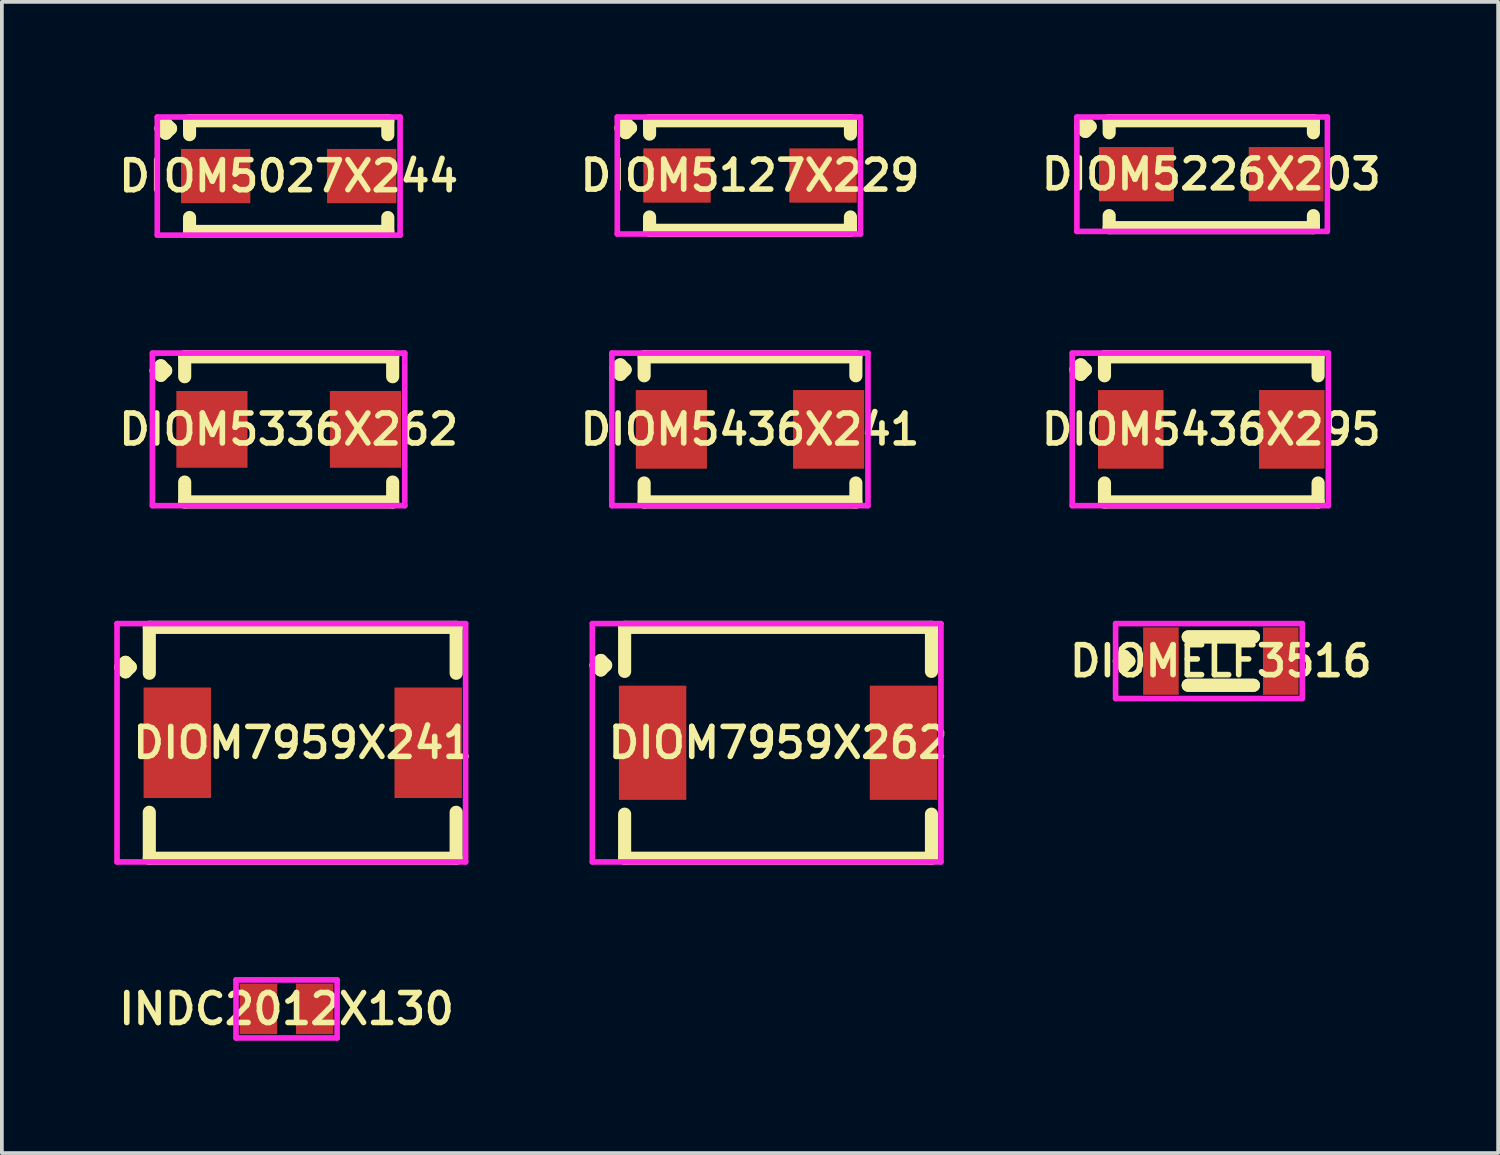
<source format=kicad_pcb>
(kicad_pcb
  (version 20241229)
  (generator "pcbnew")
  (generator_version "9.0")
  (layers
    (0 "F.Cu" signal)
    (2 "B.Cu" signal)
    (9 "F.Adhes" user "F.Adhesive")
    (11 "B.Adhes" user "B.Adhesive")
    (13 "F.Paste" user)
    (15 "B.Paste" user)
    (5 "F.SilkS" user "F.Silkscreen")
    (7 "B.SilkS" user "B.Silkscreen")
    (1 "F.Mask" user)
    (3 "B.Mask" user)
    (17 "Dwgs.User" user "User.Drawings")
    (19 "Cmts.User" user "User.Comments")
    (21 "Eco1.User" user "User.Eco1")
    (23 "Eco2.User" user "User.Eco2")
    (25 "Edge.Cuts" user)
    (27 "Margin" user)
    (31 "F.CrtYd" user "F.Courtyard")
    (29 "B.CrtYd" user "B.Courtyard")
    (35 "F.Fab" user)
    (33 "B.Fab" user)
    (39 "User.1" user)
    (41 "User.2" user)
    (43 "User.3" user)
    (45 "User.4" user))
  (footprint "DIOM5436X295"
    (layer "F.Cu")
    (at 29.296 8.416)
    (property "Reference" "DIOM5436X295" (at 0 0 0) (layer "F.SilkS") (effects (font (size 0.8 0.8) (thickness 0.15))))
    (attr smd)
    (fp_line (start -3.614 -1.596) (end -3.487 -1.723) (stroke (width 0.35) (type solid)) (layer "F.SilkS"))
    (fp_line (start -3.487 -1.723) (end -3.36 -1.596) (stroke (width 0.35) (type solid)) (layer "F.SilkS"))
    (fp_line (start -3.487 -1.469) (end -3.614 -1.596) (stroke (width 0.35) (type solid)) (layer "F.SilkS"))
    (fp_line (start -3.36 -1.596) (end -3.487 -1.469) (stroke (width 0.35) (type solid)) (layer "F.SilkS"))
    (fp_line (start -2.852 -1.937) (end 2.852 -1.937) (stroke (width 0.35) (type solid)) (layer "F.SilkS"))
    (fp_line (start -2.852 -1.431) (end -2.852 -1.937) (stroke (width 0.35) (type solid)) (layer "F.SilkS"))
    (fp_line (start -2.852 1.431) (end -2.852 1.937) (stroke (width 0.35) (type solid)) (layer "F.SilkS"))
    (fp_line (start -2.852 1.937) (end 2.852 1.937) (stroke (width 0.35) (type solid)) (layer "F.SilkS"))
    (fp_line (start 2.852 -1.937) (end 2.852 -1.431) (stroke (width 0.35) (type solid)) (layer "F.SilkS"))
    (fp_line (start 2.852 1.937) (end 2.852 1.431) (stroke (width 0.35) (type solid)) (layer "F.SilkS"))
    (fp_line (start -3.714 -2.037) (end 3.125 -2.037) (stroke (width 0.15) (type solid)) (layer "F.CrtYd"))
    (fp_line (start -3.714 2.037) (end -3.714 -2.037) (stroke (width 0.15) (type solid)) (layer "F.CrtYd"))
    (fp_line (start 3.125 -2.037) (end 3.125 2.037) (stroke (width 0.15) (type solid)) (layer "F.CrtYd"))
    (fp_line (start 3.125 2.037) (end -3.714 2.037) (stroke (width 0.15) (type solid)) (layer "F.CrtYd"))
    (pad "1" smd rect (at -2.15 0) (size 1.75 2.1) (layers "F.Cu" "F.Mask" "F.Paste"))
    (pad "2" smd rect (at 2.15 0) (size 1.75 2.1) (layers "F.Cu" "F.Mask" "F.Paste")))
  (footprint "DIOM5336X262"
    (layer "F.Cu")
    (at 4.659 8.416)
    (property "Reference" "DIOM5336X262" (at 0 0 0) (layer "F.SilkS") (effects (font (size 0.8 0.8) (thickness 0.15))))
    (attr smd)
    (fp_line (start -3.539 -1.571) (end -3.412 -1.698) (stroke (width 0.35) (type solid)) (layer "F.SilkS"))
    (fp_line (start -3.412 -1.698) (end -3.285 -1.571) (stroke (width 0.35) (type solid)) (layer "F.SilkS"))
    (fp_line (start -3.412 -1.444) (end -3.539 -1.571) (stroke (width 0.35) (type solid)) (layer "F.SilkS"))
    (fp_line (start -3.285 -1.571) (end -3.412 -1.444) (stroke (width 0.35) (type solid)) (layer "F.SilkS"))
    (fp_line (start -2.777 -1.937) (end 2.777 -1.937) (stroke (width 0.35) (type solid)) (layer "F.SilkS"))
    (fp_line (start -2.777 -1.406) (end -2.777 -1.937) (stroke (width 0.35) (type solid)) (layer "F.SilkS"))
    (fp_line (start -2.777 1.406) (end -2.777 1.937) (stroke (width 0.35) (type solid)) (layer "F.SilkS"))
    (fp_line (start -2.777 1.937) (end 2.777 1.937) (stroke (width 0.35) (type solid)) (layer "F.SilkS"))
    (fp_line (start 2.777 -1.937) (end 2.777 -1.406) (stroke (width 0.35) (type solid)) (layer "F.SilkS"))
    (fp_line (start 2.777 1.937) (end 2.777 1.406) (stroke (width 0.35) (type solid)) (layer "F.SilkS"))
    (fp_line (start -3.639 -2.037) (end 3.1 -2.037) (stroke (width 0.15) (type solid)) (layer "F.CrtYd"))
    (fp_line (start -3.639 2.037) (end -3.639 -2.037) (stroke (width 0.15) (type solid)) (layer "F.CrtYd"))
    (fp_line (start 3.1 -2.037) (end 3.1 2.037) (stroke (width 0.15) (type solid)) (layer "F.CrtYd"))
    (fp_line (start 3.1 2.037) (end -3.639 2.037) (stroke (width 0.15) (type solid)) (layer "F.CrtYd"))
    (pad "1" smd rect (at -2.05 0) (size 1.9 2.05) (layers "F.Cu" "F.Mask" "F.Paste"))
    (pad "2" smd rect (at 2.05 0) (size 1.9 2.05) (layers "F.Cu" "F.Mask" "F.Paste")))
  (footprint "DIOM5127X229"
    (layer "F.Cu")
    (at 16.978 1.637)
    (property "Reference" "DIOM5127X229" (at 0 0 0) (layer "F.SilkS") (effects (font (size 0.8 0.8) (thickness 0.15))))
    (attr smd)
    (fp_line (start -3.444 -1.271) (end -3.317 -1.398) (stroke (width 0.35) (type solid)) (layer "F.SilkS"))
    (fp_line (start -3.317 -1.398) (end -3.19 -1.271) (stroke (width 0.35) (type solid)) (layer "F.SilkS"))
    (fp_line (start -3.317 -1.144) (end -3.444 -1.271) (stroke (width 0.35) (type solid)) (layer "F.SilkS"))
    (fp_line (start -3.19 -1.271) (end -3.317 -1.144) (stroke (width 0.35) (type solid)) (layer "F.SilkS"))
    (fp_line (start -2.682 -1.462) (end 2.682 -1.462) (stroke (width 0.35) (type solid)) (layer "F.SilkS"))
    (fp_line (start -2.682 -1.106) (end -2.682 -1.462) (stroke (width 0.35) (type solid)) (layer "F.SilkS"))
    (fp_line (start -2.682 1.106) (end -2.682 1.462) (stroke (width 0.35) (type solid)) (layer "F.SilkS"))
    (fp_line (start -2.682 1.462) (end 2.682 1.462) (stroke (width 0.35) (type solid)) (layer "F.SilkS"))
    (fp_line (start 2.682 -1.462) (end 2.682 -1.106) (stroke (width 0.35) (type solid)) (layer "F.SilkS"))
    (fp_line (start 2.682 1.462) (end 2.682 1.106) (stroke (width 0.35) (type solid)) (layer "F.SilkS"))
    (fp_line (start -3.544 -1.562) (end 2.95 -1.562) (stroke (width 0.15) (type solid)) (layer "F.CrtYd"))
    (fp_line (start -3.544 1.562) (end -3.544 -1.562) (stroke (width 0.15) (type solid)) (layer "F.CrtYd"))
    (fp_line (start 2.95 -1.562) (end 2.95 1.562) (stroke (width 0.15) (type solid)) (layer "F.CrtYd"))
    (fp_line (start 2.95 1.562) (end -3.544 1.562) (stroke (width 0.15) (type solid)) (layer "F.CrtYd"))
    (pad "1" smd rect (at -1.95 0) (size 1.8 1.45) (layers "F.Cu" "F.Mask" "F.Paste"))
    (pad "2" smd rect (at 1.95 0) (size 1.8 1.45) (layers "F.Cu" "F.Mask" "F.Paste")))
  (footprint "DIOM5027X244"
    (layer "F.Cu")
    (at 4.659 1.652)
    (property "Reference" "DIOM5027X244" (at 0 0 0) (layer "F.SilkS") (effects (font (size 0.8 0.8) (thickness 0.15))))
    (attr smd)
    (fp_line (start -3.409 -1.271) (end -3.282 -1.398) (stroke (width 0.35) (type solid)) (layer "F.SilkS"))
    (fp_line (start -3.282 -1.398) (end -3.155 -1.271) (stroke (width 0.35) (type solid)) (layer "F.SilkS"))
    (fp_line (start -3.282 -1.144) (end -3.409 -1.271) (stroke (width 0.35) (type solid)) (layer "F.SilkS"))
    (fp_line (start -3.155 -1.271) (end -3.282 -1.144) (stroke (width 0.35) (type solid)) (layer "F.SilkS"))
    (fp_line (start -2.647 -1.477) (end 2.647 -1.477) (stroke (width 0.35) (type solid)) (layer "F.SilkS"))
    (fp_line (start -2.647 -1.106) (end -2.647 -1.477) (stroke (width 0.35) (type solid)) (layer "F.SilkS"))
    (fp_line (start -2.647 1.106) (end -2.647 1.477) (stroke (width 0.35) (type solid)) (layer "F.SilkS"))
    (fp_line (start -2.647 1.477) (end 2.647 1.477) (stroke (width 0.35) (type solid)) (layer "F.SilkS"))
    (fp_line (start 2.647 -1.477) (end 2.647 -1.106) (stroke (width 0.35) (type solid)) (layer "F.SilkS"))
    (fp_line (start 2.647 1.477) (end 2.647 1.106) (stroke (width 0.35) (type solid)) (layer "F.SilkS"))
    (fp_line (start -3.509 -1.577) (end 2.975 -1.577) (stroke (width 0.15) (type solid)) (layer "F.CrtYd"))
    (fp_line (start -3.509 1.577) (end -3.509 -1.577) (stroke (width 0.15) (type solid)) (layer "F.CrtYd"))
    (fp_line (start 2.975 -1.577) (end 2.975 1.577) (stroke (width 0.15) (type solid)) (layer "F.CrtYd"))
    (fp_line (start 2.975 1.577) (end -3.509 1.577) (stroke (width 0.15) (type solid)) (layer "F.CrtYd"))
    (pad "1" smd rect (at -1.95 0) (size 1.85 1.45) (layers "F.Cu" "F.Mask" "F.Paste"))
    (pad "2" smd rect (at 1.95 0) (size 1.85 1.45) (layers "F.Cu" "F.Mask" "F.Paste")))
  (footprint "DIOMELF3516"
    (layer "F.Cu")
    (at 29.551 14.603)
    (property "Reference" "DIOMELF3516" (at 0 0 0) (layer "F.SilkS") (effects (font (size 0.8 0.8) (thickness 0.15))))
    (attr smd)
    (fp_line (start -2.71 0) (end -2.583 -0.127) (stroke (width 0.35) (type solid)) (layer "F.SilkS"))
    (fp_line (start -2.583 -0.127) (end -2.456 0) (stroke (width 0.35) (type solid)) (layer "F.SilkS"))
    (fp_line (start -2.583 0.127) (end -2.71 0) (stroke (width 0.35) (type solid)) (layer "F.SilkS"))
    (fp_line (start -2.456 0) (end -2.583 0.127) (stroke (width 0.35) (type solid)) (layer "F.SilkS"))
    (fp_line (start -0.871 -0.646) (end 0.871 -0.646) (stroke (width 0.35) (type solid)) (layer "F.SilkS"))
    (fp_line (start -0.871 0.646) (end 0.871 0.646) (stroke (width 0.35) (type solid)) (layer "F.SilkS"))
    (fp_line (start 0.871 -0.646) (end -0.871 -0.646) (stroke (width 0.35) (type solid)) (layer "F.SilkS"))
    (fp_line (start 0.871 0.646) (end -0.871 0.646) (stroke (width 0.35) (type solid)) (layer "F.SilkS"))
    (fp_line (start -2.81 -1) (end 2.175 -1) (stroke (width 0.15) (type solid)) (layer "F.CrtYd"))
    (fp_line (start -2.81 1) (end -2.81 -1) (stroke (width 0.15) (type solid)) (layer "F.CrtYd"))
    (fp_line (start 2.175 -1) (end 2.175 1) (stroke (width 0.15) (type solid)) (layer "F.CrtYd"))
    (fp_line (start 2.175 1) (end -2.81 1) (stroke (width 0.15) (type solid)) (layer "F.CrtYd"))
    (pad "1" smd rect (at -1.6 0) (size 0.95 1.8) (layers "F.Cu" "F.Mask" "F.Paste"))
    (pad "2" smd rect (at 1.6 0) (size 0.95 1.8) (layers "F.Cu" "F.Mask" "F.Paste")))
  (footprint "DIOM7959X262"
    (layer "F.Cu")
    (at 17.727 16.785)
    (property "Reference" "DIOM7959X262" (at 0 0 0) (layer "F.SilkS") (effects (font (size 0.8 0.8) (thickness 0.15))))
    (attr smd)
    (fp_line (start -4.859 -2.071) (end -4.732 -2.198) (stroke (width 0.35) (type solid)) (layer "F.SilkS"))
    (fp_line (start -4.732 -2.198) (end -4.605 -2.071) (stroke (width 0.35) (type solid)) (layer "F.SilkS"))
    (fp_line (start -4.732 -1.944) (end -4.859 -2.071) (stroke (width 0.35) (type solid)) (layer "F.SilkS"))
    (fp_line (start -4.605 -2.071) (end -4.732 -1.944) (stroke (width 0.35) (type solid)) (layer "F.SilkS"))
    (fp_line (start -4.097 -3.082) (end 4.097 -3.082) (stroke (width 0.35) (type solid)) (layer "F.SilkS"))
    (fp_line (start -4.097 -1.906) (end -4.097 -3.082) (stroke (width 0.35) (type solid)) (layer "F.SilkS"))
    (fp_line (start -4.097 1.906) (end -4.097 3.082) (stroke (width 0.35) (type solid)) (layer "F.SilkS"))
    (fp_line (start -4.097 3.082) (end 4.097 3.082) (stroke (width 0.35) (type solid)) (layer "F.SilkS"))
    (fp_line (start 4.097 -3.082) (end 4.097 -1.906) (stroke (width 0.35) (type solid)) (layer "F.SilkS"))
    (fp_line (start 4.097 3.082) (end 4.097 1.906) (stroke (width 0.35) (type solid)) (layer "F.SilkS"))
    (fp_line (start -4.959 -3.182) (end 4.35 -3.182) (stroke (width 0.15) (type solid)) (layer "F.CrtYd"))
    (fp_line (start -4.959 3.182) (end -4.959 -3.182) (stroke (width 0.15) (type solid)) (layer "F.CrtYd"))
    (fp_line (start 4.35 -3.182) (end 4.35 3.182) (stroke (width 0.15) (type solid)) (layer "F.CrtYd"))
    (fp_line (start 4.35 3.182) (end -4.959 3.182) (stroke (width 0.15) (type solid)) (layer "F.CrtYd"))
    (pad "1" smd rect (at -3.35 0) (size 1.8 3.05) (layers "F.Cu" "F.Mask" "F.Paste"))
    (pad "2" smd rect (at 3.35 0) (size 1.8 3.05) (layers "F.Cu" "F.Mask" "F.Paste")))
  (footprint "DIOM5226X203"
    (layer "F.Cu")
    (at 29.296 1.602)
    (property "Reference" "DIOM5226X203" (at 0 0 0) (layer "F.SilkS") (effects (font (size 0.8 0.8) (thickness 0.15))))
    (attr smd)
    (fp_line (start -3.489 -1.271) (end -3.362 -1.398) (stroke (width 0.35) (type solid)) (layer "F.SilkS"))
    (fp_line (start -3.362 -1.398) (end -3.235 -1.271) (stroke (width 0.35) (type solid)) (layer "F.SilkS"))
    (fp_line (start -3.362 -1.144) (end -3.489 -1.271) (stroke (width 0.35) (type solid)) (layer "F.SilkS"))
    (fp_line (start -3.235 -1.271) (end -3.362 -1.144) (stroke (width 0.35) (type solid)) (layer "F.SilkS"))
    (fp_line (start -2.727 -1.427) (end 2.727 -1.427) (stroke (width 0.35) (type solid)) (layer "F.SilkS"))
    (fp_line (start -2.727 -1.106) (end -2.727 -1.427) (stroke (width 0.35) (type solid)) (layer "F.SilkS"))
    (fp_line (start -2.727 1.106) (end -2.727 1.427) (stroke (width 0.35) (type solid)) (layer "F.SilkS"))
    (fp_line (start -2.727 1.427) (end 2.727 1.427) (stroke (width 0.35) (type solid)) (layer "F.SilkS"))
    (fp_line (start 2.727 -1.427) (end 2.727 -1.106) (stroke (width 0.35) (type solid)) (layer "F.SilkS"))
    (fp_line (start 2.727 1.427) (end 2.727 1.106) (stroke (width 0.35) (type solid)) (layer "F.SilkS"))
    (fp_line (start -3.589 -1.527) (end 3.1 -1.527) (stroke (width 0.15) (type solid)) (layer "F.CrtYd"))
    (fp_line (start -3.589 1.527) (end -3.589 -1.527) (stroke (width 0.15) (type solid)) (layer "F.CrtYd"))
    (fp_line (start 3.1 -1.527) (end 3.1 1.527) (stroke (width 0.15) (type solid)) (layer "F.CrtYd"))
    (fp_line (start 3.1 1.527) (end -3.589 1.527) (stroke (width 0.15) (type solid)) (layer "F.CrtYd"))
    (pad "1" smd rect (at -2 0) (size 2 1.45) (layers "F.Cu" "F.Mask" "F.Paste"))
    (pad "2" smd rect (at 2 0) (size 2 1.45) (layers "F.Cu" "F.Mask" "F.Paste")))
  (footprint "DIOM5436X241"
    (layer "F.Cu")
    (at 16.978 8.416)
    (property "Reference" "DIOM5436X241" (at 0 0 0) (layer "F.SilkS") (effects (font (size 0.8 0.8) (thickness 0.15))))
    (attr smd)
    (fp_line (start -3.589 -1.596) (end -3.462 -1.723) (stroke (width 0.35) (type solid)) (layer "F.SilkS"))
    (fp_line (start -3.462 -1.723) (end -3.335 -1.596) (stroke (width 0.35) (type solid)) (layer "F.SilkS"))
    (fp_line (start -3.462 -1.469) (end -3.589 -1.596) (stroke (width 0.35) (type solid)) (layer "F.SilkS"))
    (fp_line (start -3.335 -1.596) (end -3.462 -1.469) (stroke (width 0.35) (type solid)) (layer "F.SilkS"))
    (fp_line (start -2.827 -1.937) (end 2.827 -1.937) (stroke (width 0.35) (type solid)) (layer "F.SilkS"))
    (fp_line (start -2.827 -1.431) (end -2.827 -1.937) (stroke (width 0.35) (type solid)) (layer "F.SilkS"))
    (fp_line (start -2.827 1.431) (end -2.827 1.937) (stroke (width 0.35) (type solid)) (layer "F.SilkS"))
    (fp_line (start -2.827 1.937) (end 2.827 1.937) (stroke (width 0.35) (type solid)) (layer "F.SilkS"))
    (fp_line (start 2.827 -1.937) (end 2.827 -1.431) (stroke (width 0.35) (type solid)) (layer "F.SilkS"))
    (fp_line (start 2.827 1.937) (end 2.827 1.431) (stroke (width 0.35) (type solid)) (layer "F.SilkS"))
    (fp_line (start -3.689 -2.037) (end 3.15 -2.037) (stroke (width 0.15) (type solid)) (layer "F.CrtYd"))
    (fp_line (start -3.689 2.037) (end -3.689 -2.037) (stroke (width 0.15) (type solid)) (layer "F.CrtYd"))
    (fp_line (start 3.15 -2.037) (end 3.15 2.037) (stroke (width 0.15) (type solid)) (layer "F.CrtYd"))
    (fp_line (start 3.15 2.037) (end -3.689 2.037) (stroke (width 0.15) (type solid)) (layer "F.CrtYd"))
    (pad "1" smd rect (at -2.1 0) (size 1.9 2.1) (layers "F.Cu" "F.Mask" "F.Paste"))
    (pad "2" smd rect (at 2.1 0) (size 1.9 2.1) (layers "F.Cu" "F.Mask" "F.Paste")))
  (footprint "INDC2012X130"
    (layer "F.Cu")
    (at 4.602 23.892)
    (property "Reference" "INDC2012X130" (at 0 0 0) (layer "F.SilkS") (effects (font (size 0.8 0.8) (thickness 0.15))))
    (attr smd)
    (fp_line (start -1.35 -0.775) (end 1.35 -0.775) (stroke (width 0.15) (type solid)) (layer "F.CrtYd"))
    (fp_line (start -1.35 0.775) (end -1.35 -0.775) (stroke (width 0.15) (type solid)) (layer "F.CrtYd"))
    (fp_line (start 1.35 -0.775) (end 1.35 0.775) (stroke (width 0.15) (type solid)) (layer "F.CrtYd"))
    (fp_line (start 1.35 0.775) (end -1.35 0.775) (stroke (width 0.15) (type solid)) (layer "F.CrtYd"))
    (pad "1" smd rect (at -0.75 0) (size 1 1.35) (layers "F.Cu" "F.Mask" "F.Paste"))
    (pad "2" smd rect (at 0.75 0) (size 1 1.35) (layers "F.Cu" "F.Mask" "F.Paste")))
  (footprint "DIOM7959X241"
    (layer "F.Cu")
    (at 5.034 16.785)
    (property "Reference" "DIOM7959X241" (at 0 0 0) (layer "F.SilkS") (effects (font (size 0.8 0.8) (thickness 0.15))))
    (attr smd)
    (fp_line (start -4.859 -2.021) (end -4.732 -2.148) (stroke (width 0.35) (type solid)) (layer "F.SilkS"))
    (fp_line (start -4.732 -2.148) (end -4.605 -2.021) (stroke (width 0.35) (type solid)) (layer "F.SilkS"))
    (fp_line (start -4.732 -1.894) (end -4.859 -2.021) (stroke (width 0.35) (type solid)) (layer "F.SilkS"))
    (fp_line (start -4.605 -2.021) (end -4.732 -1.894) (stroke (width 0.35) (type solid)) (layer "F.SilkS"))
    (fp_line (start -4.097 -3.082) (end 4.097 -3.082) (stroke (width 0.35) (type solid)) (layer "F.SilkS"))
    (fp_line (start -4.097 -1.856) (end -4.097 -3.082) (stroke (width 0.35) (type solid)) (layer "F.SilkS"))
    (fp_line (start -4.097 1.856) (end -4.097 3.082) (stroke (width 0.35) (type solid)) (layer "F.SilkS"))
    (fp_line (start -4.097 3.082) (end 4.097 3.082) (stroke (width 0.35) (type solid)) (layer "F.SilkS"))
    (fp_line (start 4.097 -3.082) (end 4.097 -1.856) (stroke (width 0.35) (type solid)) (layer "F.SilkS"))
    (fp_line (start 4.097 3.082) (end 4.097 1.856) (stroke (width 0.35) (type solid)) (layer "F.SilkS"))
    (fp_line (start -4.959 -3.182) (end 4.35 -3.182) (stroke (width 0.15) (type solid)) (layer "F.CrtYd"))
    (fp_line (start -4.959 3.182) (end -4.959 -3.182) (stroke (width 0.15) (type solid)) (layer "F.CrtYd"))
    (fp_line (start 4.35 -3.182) (end 4.35 3.182) (stroke (width 0.15) (type solid)) (layer "F.CrtYd"))
    (fp_line (start 4.35 3.182) (end -4.959 3.182) (stroke (width 0.15) (type solid)) (layer "F.CrtYd"))
    (pad "1" smd rect (at -3.35 0) (size 1.8 2.95) (layers "F.Cu" "F.Mask" "F.Paste"))
    (pad "2" smd rect (at 3.35 0) (size 1.8 2.95) (layers "F.Cu" "F.Mask" "F.Paste")))
  (gr_rect
    (start -3 -3)
    (end 36.956 27.742)
    (stroke (width 0.1) (type default))
    (fill no)
    (layer "Edge.Cuts")))
</source>
